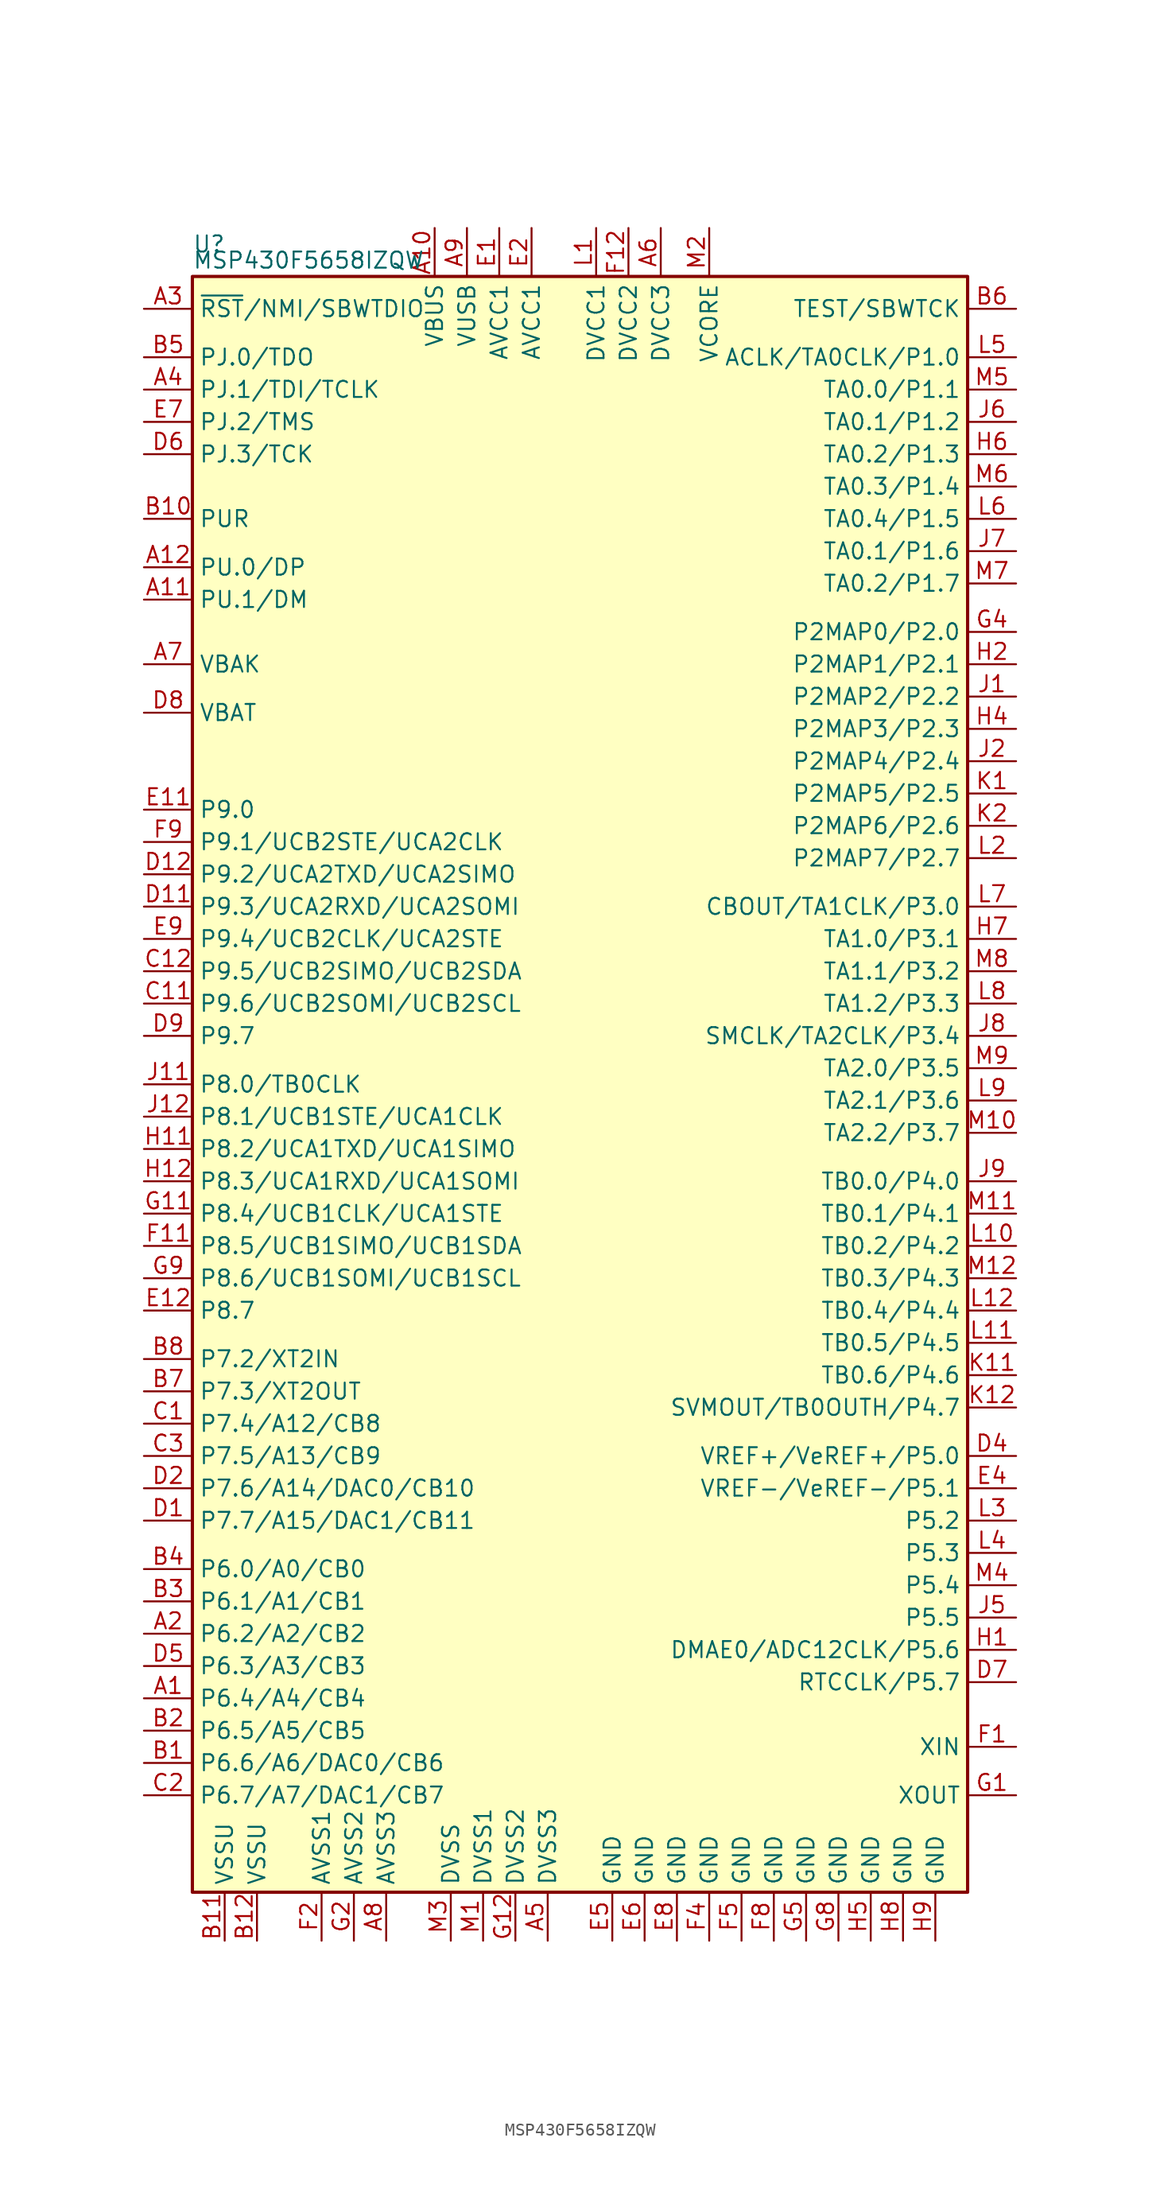
<source format=kicad_sym>
(kicad_symbol_lib
  (version 20201005)
  (generator kicad_symbol_editor)
  (symbol "MSP430F5658IZQW"
    (property "Reference" "U"
      (at -30.48 66.04 0)
      (effects (font (size 1.27 1.27)) (justify left)))
    (property "Value" "MSP430F5658IZQW"
      (at -30.48 64.77 0)
      (effects (font (size 1.27 1.27)) (justify left)))
    (symbol "MSP430F5658IZQW_0_1"
      (rectangle (start -30.48 63.5) (end 30.48 -63.5) (stroke (width 0.254)) (fill (type background))))
    (symbol "MSP430F5658IZQW_1_1"
      (pin bidirectional line (at -34.29 -48.26 0) (length 3.81) (name "P6.4/A4/CB4" (effects (font (size 1.27 1.27)))) (number "A1" (effects (font (size 1.27 1.27)))))
      (pin passive line (at -11.43 67.31 270) (length 3.81) (name "VBUS" (effects (font (size 1.27 1.27)))) (number "A10" (effects (font (size 1.27 1.27)))))
      (pin bidirectional line (at -34.29 38.1 0) (length 3.81) (name "PU.1/DM" (effects (font (size 1.27 1.27)))) (number "A11" (effects (font (size 1.27 1.27)))))
      (pin bidirectional line (at -34.29 40.64 0) (length 3.81) (name "PU.0/DP" (effects (font (size 1.27 1.27)))) (number "A12" (effects (font (size 1.27 1.27)))))
      (pin bidirectional line (at -34.29 -43.18 0) (length 3.81) (name "P6.2/A2/CB2" (effects (font (size 1.27 1.27)))) (number "A2" (effects (font (size 1.27 1.27)))))
      (pin input line (at -34.29 60.96 0) (length 3.81) (name "~RST~/NMI/SBWTDIO" (effects (font (size 1.27 1.27)))) (number "A3" (effects (font (size 1.27 1.27)))))
      (pin bidirectional line (at -34.29 54.61 0) (length 3.81) (name "PJ.1/TDI/TCLK" (effects (font (size 1.27 1.27)))) (number "A4" (effects (font (size 1.27 1.27)))))
      (pin power_in line (at -2.54 -67.31 90) (length 3.81) (name "DVSS3" (effects (font (size 1.27 1.27)))) (number "A5" (effects (font (size 1.27 1.27)))))
      (pin power_in line (at 6.35 67.31 270) (length 3.81) (name "DVCC3" (effects (font (size 1.27 1.27)))) (number "A6" (effects (font (size 1.27 1.27)))))
      (pin passive line (at -34.29 33.02 0) (length 3.81) (name "VBAK" (effects (font (size 1.27 1.27)))) (number "A7" (effects (font (size 1.27 1.27)))))
      (pin power_in line (at -15.24 -67.31 90) (length 3.81) (name "AVSS3" (effects (font (size 1.27 1.27)))) (number "A8" (effects (font (size 1.27 1.27)))))
      (pin passive line (at -8.89 67.31 270) (length 3.81) (name "VUSB" (effects (font (size 1.27 1.27)))) (number "A9" (effects (font (size 1.27 1.27)))))
      (pin bidirectional line (at -34.29 -53.34 0) (length 3.81) (name "P6.6/A6/DAC0/CB6" (effects (font (size 1.27 1.27)))) (number "B1" (effects (font (size 1.27 1.27)))))
      (pin bidirectional line (at -34.29 44.45 0) (length 3.81) (name "PUR" (effects (font (size 1.27 1.27)))) (number "B10" (effects (font (size 1.27 1.27)))))
      (pin power_in line (at -27.94 -67.31 90) (length 3.81) (name "VSSU" (effects (font (size 1.27 1.27)))) (number "B11" (effects (font (size 1.27 1.27)))))
      (pin power_in line (at -25.4 -67.31 90) (length 3.81) (name "VSSU" (effects (font (size 1.27 1.27)))) (number "B12" (effects (font (size 1.27 1.27)))))
      (pin bidirectional line (at -34.29 -50.8 0) (length 3.81) (name "P6.5/A5/CB5" (effects (font (size 1.27 1.27)))) (number "B2" (effects (font (size 1.27 1.27)))))
      (pin bidirectional line (at -34.29 -40.64 0) (length 3.81) (name "P6.1/A1/CB1" (effects (font (size 1.27 1.27)))) (number "B3" (effects (font (size 1.27 1.27)))))
      (pin bidirectional line (at -34.29 -38.1 0) (length 3.81) (name "P6.0/A0/CB0" (effects (font (size 1.27 1.27)))) (number "B4" (effects (font (size 1.27 1.27)))))
      (pin bidirectional line (at -34.29 57.15 0) (length 3.81) (name "PJ.0/TDO" (effects (font (size 1.27 1.27)))) (number "B5" (effects (font (size 1.27 1.27)))))
      (pin input line (at 34.29 60.96 180) (length 3.81) (name "TEST/SBWTCK" (effects (font (size 1.27 1.27)))) (number "B6" (effects (font (size 1.27 1.27)))))
      (pin bidirectional line (at -34.29 -24.13 0) (length 3.81) (name "P7.3/XT2OUT" (effects (font (size 1.27 1.27)))) (number "B7" (effects (font (size 1.27 1.27)))))
      (pin bidirectional line (at -34.29 -21.59 0) (length 3.81) (name "P7.2/XT2IN" (effects (font (size 1.27 1.27)))) (number "B8" (effects (font (size 1.27 1.27)))))
      (pin bidirectional line (at -34.29 -26.67 0) (length 3.81) (name "P7.4/A12/CB8" (effects (font (size 1.27 1.27)))) (number "C1" (effects (font (size 1.27 1.27)))))
      (pin bidirectional line (at -34.29 6.35 0) (length 3.81) (name "P9.6/UCB2SOMI/UCB2SCL" (effects (font (size 1.27 1.27)))) (number "C11" (effects (font (size 1.27 1.27)))))
      (pin bidirectional line (at -34.29 8.89 0) (length 3.81) (name "P9.5/UCB2SIMO/UCB2SDA" (effects (font (size 1.27 1.27)))) (number "C12" (effects (font (size 1.27 1.27)))))
      (pin bidirectional line (at -34.29 -55.88 0) (length 3.81) (name "P6.7/A7/DAC1/CB7" (effects (font (size 1.27 1.27)))) (number "C2" (effects (font (size 1.27 1.27)))))
      (pin bidirectional line (at -34.29 -29.21 0) (length 3.81) (name "P7.5/A13/CB9" (effects (font (size 1.27 1.27)))) (number "C3" (effects (font (size 1.27 1.27)))))
      (pin bidirectional line (at -34.29 -34.29 0) (length 3.81) (name "P7.7/A15/DAC1/CB11" (effects (font (size 1.27 1.27)))) (number "D1" (effects (font (size 1.27 1.27)))))
      (pin bidirectional line (at -34.29 13.97 0) (length 3.81) (name "P9.3/UCA2RXD/UCA2SOMI" (effects (font (size 1.27 1.27)))) (number "D11" (effects (font (size 1.27 1.27)))))
      (pin bidirectional line (at -34.29 16.51 0) (length 3.81) (name "P9.2/UCA2TXD/UCA2SIMO" (effects (font (size 1.27 1.27)))) (number "D12" (effects (font (size 1.27 1.27)))))
      (pin bidirectional line (at -34.29 -31.75 0) (length 3.81) (name "P7.6/A14/DAC0/CB10" (effects (font (size 1.27 1.27)))) (number "D2" (effects (font (size 1.27 1.27)))))
      (pin bidirectional line (at 34.29 -29.21 180) (length 3.81) (name "VREF+/VeREF+/P5.0" (effects (font (size 1.27 1.27)))) (number "D4" (effects (font (size 1.27 1.27)))))
      (pin bidirectional line (at -34.29 -45.72 0) (length 3.81) (name "P6.3/A3/CB3" (effects (font (size 1.27 1.27)))) (number "D5" (effects (font (size 1.27 1.27)))))
      (pin bidirectional line (at -34.29 49.53 0) (length 3.81) (name "PJ.3/TCK" (effects (font (size 1.27 1.27)))) (number "D6" (effects (font (size 1.27 1.27)))))
      (pin bidirectional line (at 34.29 -46.99 180) (length 3.81) (name "RTCCLK/P5.7" (effects (font (size 1.27 1.27)))) (number "D7" (effects (font (size 1.27 1.27)))))
      (pin passive line (at -34.29 29.21 0) (length 3.81) (name "VBAT" (effects (font (size 1.27 1.27)))) (number "D8" (effects (font (size 1.27 1.27)))))
      (pin bidirectional line (at -34.29 3.81 0) (length 3.81) (name "P9.7" (effects (font (size 1.27 1.27)))) (number "D9" (effects (font (size 1.27 1.27)))))
      (pin power_in line (at -6.35 67.31 270) (length 3.81) (name "AVCC1" (effects (font (size 1.27 1.27)))) (number "E1" (effects (font (size 1.27 1.27)))))
      (pin bidirectional line (at -34.29 21.59 0) (length 3.81) (name "P9.0" (effects (font (size 1.27 1.27)))) (number "E11" (effects (font (size 1.27 1.27)))))
      (pin bidirectional line (at -34.29 -17.78 0) (length 3.81) (name "P8.7" (effects (font (size 1.27 1.27)))) (number "E12" (effects (font (size 1.27 1.27)))))
      (pin power_in line (at -3.81 67.31 270) (length 3.81) (name "AVCC1" (effects (font (size 1.27 1.27)))) (number "E2" (effects (font (size 1.27 1.27)))))
      (pin bidirectional line (at 34.29 -31.75 180) (length 3.81) (name "VREF-/VeREF-/P5.1" (effects (font (size 1.27 1.27)))) (number "E4" (effects (font (size 1.27 1.27)))))
      (pin power_in line (at 2.54 -67.31 90) (length 3.81) (name "GND" (effects (font (size 1.27 1.27)))) (number "E5" (effects (font (size 1.27 1.27)))))
      (pin power_in line (at 5.08 -67.31 90) (length 3.81) (name "GND" (effects (font (size 1.27 1.27)))) (number "E6" (effects (font (size 1.27 1.27)))))
      (pin bidirectional line (at -34.29 52.07 0) (length 3.81) (name "PJ.2/TMS" (effects (font (size 1.27 1.27)))) (number "E7" (effects (font (size 1.27 1.27)))))
      (pin power_in line (at 7.62 -67.31 90) (length 3.81) (name "GND" (effects (font (size 1.27 1.27)))) (number "E8" (effects (font (size 1.27 1.27)))))
      (pin bidirectional line (at -34.29 11.43 0) (length 3.81) (name "P9.4/UCB2CLK/UCA2STE" (effects (font (size 1.27 1.27)))) (number "E9" (effects (font (size 1.27 1.27)))))
      (pin input line (at 34.29 -52.07 180) (length 3.81) (name "XIN" (effects (font (size 1.27 1.27)))) (number "F1" (effects (font (size 1.27 1.27)))))
      (pin bidirectional line (at -34.29 -12.7 0) (length 3.81) (name "P8.5/UCB1SIMO/UCB1SDA" (effects (font (size 1.27 1.27)))) (number "F11" (effects (font (size 1.27 1.27)))))
      (pin power_in line (at 3.81 67.31 270) (length 3.81) (name "DVCC2" (effects (font (size 1.27 1.27)))) (number "F12" (effects (font (size 1.27 1.27)))))
      (pin power_in line (at -20.32 -67.31 90) (length 3.81) (name "AVSS1" (effects (font (size 1.27 1.27)))) (number "F2" (effects (font (size 1.27 1.27)))))
      (pin power_in line (at 10.16 -67.31 90) (length 3.81) (name "GND" (effects (font (size 1.27 1.27)))) (number "F4" (effects (font (size 1.27 1.27)))))
      (pin power_in line (at 12.7 -67.31 90) (length 3.81) (name "GND" (effects (font (size 1.27 1.27)))) (number "F5" (effects (font (size 1.27 1.27)))))
      (pin power_in line (at 15.24 -67.31 90) (length 3.81) (name "GND" (effects (font (size 1.27 1.27)))) (number "F8" (effects (font (size 1.27 1.27)))))
      (pin bidirectional line (at -34.29 19.05 0) (length 3.81) (name "P9.1/UCB2STE/UCA2CLK" (effects (font (size 1.27 1.27)))) (number "F9" (effects (font (size 1.27 1.27)))))
      (pin output line (at 34.29 -55.88 180) (length 3.81) (name "XOUT" (effects (font (size 1.27 1.27)))) (number "G1" (effects (font (size 1.27 1.27)))))
      (pin bidirectional line (at -34.29 -10.16 0) (length 3.81) (name "P8.4/UCB1CLK/UCA1STE" (effects (font (size 1.27 1.27)))) (number "G11" (effects (font (size 1.27 1.27)))))
      (pin power_in line (at -5.08 -67.31 90) (length 3.81) (name "DVSS2" (effects (font (size 1.27 1.27)))) (number "G12" (effects (font (size 1.27 1.27)))))
      (pin power_in line (at -17.78 -67.31 90) (length 3.81) (name "AVSS2" (effects (font (size 1.27 1.27)))) (number "G2" (effects (font (size 1.27 1.27)))))
      (pin bidirectional line (at 34.29 35.56 180) (length 3.81) (name "P2MAP0/P2.0" (effects (font (size 1.27 1.27)))) (number "G4" (effects (font (size 1.27 1.27)))))
      (pin power_in line (at 17.78 -67.31 90) (length 3.81) (name "GND" (effects (font (size 1.27 1.27)))) (number "G5" (effects (font (size 1.27 1.27)))))
      (pin power_in line (at 20.32 -67.31 90) (length 3.81) (name "GND" (effects (font (size 1.27 1.27)))) (number "G8" (effects (font (size 1.27 1.27)))))
      (pin bidirectional line (at -34.29 -15.24 0) (length 3.81) (name "P8.6/UCB1SOMI/UCB1SCL" (effects (font (size 1.27 1.27)))) (number "G9" (effects (font (size 1.27 1.27)))))
      (pin bidirectional line (at 34.29 -44.45 180) (length 3.81) (name "DMAE0/ADC12CLK/P5.6" (effects (font (size 1.27 1.27)))) (number "H1" (effects (font (size 1.27 1.27)))))
      (pin bidirectional line (at -34.29 -5.08 0) (length 3.81) (name "P8.2/UCA1TXD/UCA1SIMO" (effects (font (size 1.27 1.27)))) (number "H11" (effects (font (size 1.27 1.27)))))
      (pin bidirectional line (at -34.29 -7.62 0) (length 3.81) (name "P8.3/UCA1RXD/UCA1SOMI" (effects (font (size 1.27 1.27)))) (number "H12" (effects (font (size 1.27 1.27)))))
      (pin bidirectional line (at 34.29 33.02 180) (length 3.81) (name "P2MAP1/P2.1" (effects (font (size 1.27 1.27)))) (number "H2" (effects (font (size 1.27 1.27)))))
      (pin bidirectional line (at 34.29 27.94 180) (length 3.81) (name "P2MAP3/P2.3" (effects (font (size 1.27 1.27)))) (number "H4" (effects (font (size 1.27 1.27)))))
      (pin power_in line (at 22.86 -67.31 90) (length 3.81) (name "GND" (effects (font (size 1.27 1.27)))) (number "H5" (effects (font (size 1.27 1.27)))))
      (pin bidirectional line (at 34.29 49.53 180) (length 3.81) (name "TA0.2/P1.3" (effects (font (size 1.27 1.27)))) (number "H6" (effects (font (size 1.27 1.27)))))
      (pin bidirectional line (at 34.29 11.43 180) (length 3.81) (name "TA1.0/P3.1" (effects (font (size 1.27 1.27)))) (number "H7" (effects (font (size 1.27 1.27)))))
      (pin power_in line (at 25.4 -67.31 90) (length 3.81) (name "GND" (effects (font (size 1.27 1.27)))) (number "H8" (effects (font (size 1.27 1.27)))))
      (pin power_in line (at 27.94 -67.31 90) (length 3.81) (name "GND" (effects (font (size 1.27 1.27)))) (number "H9" (effects (font (size 1.27 1.27)))))
      (pin bidirectional line (at 34.29 30.48 180) (length 3.81) (name "P2MAP2/P2.2" (effects (font (size 1.27 1.27)))) (number "J1" (effects (font (size 1.27 1.27)))))
      (pin bidirectional line (at -34.29 0 0) (length 3.81) (name "P8.0/TB0CLK" (effects (font (size 1.27 1.27)))) (number "J11" (effects (font (size 1.27 1.27)))))
      (pin bidirectional line (at -34.29 -2.54 0) (length 3.81) (name "P8.1/UCB1STE/UCA1CLK" (effects (font (size 1.27 1.27)))) (number "J12" (effects (font (size 1.27 1.27)))))
      (pin bidirectional line (at 34.29 25.4 180) (length 3.81) (name "P2MAP4/P2.4" (effects (font (size 1.27 1.27)))) (number "J2" (effects (font (size 1.27 1.27)))))
      (pin bidirectional line (at 34.29 -41.91 180) (length 3.81) (name "P5.5" (effects (font (size 1.27 1.27)))) (number "J5" (effects (font (size 1.27 1.27)))))
      (pin bidirectional line (at 34.29 52.07 180) (length 3.81) (name "TA0.1/P1.2" (effects (font (size 1.27 1.27)))) (number "J6" (effects (font (size 1.27 1.27)))))
      (pin bidirectional line (at 34.29 41.91 180) (length 3.81) (name "TA0.1/P1.6" (effects (font (size 1.27 1.27)))) (number "J7" (effects (font (size 1.27 1.27)))))
      (pin bidirectional line (at 34.29 3.81 180) (length 3.81) (name "SMCLK/TA2CLK/P3.4" (effects (font (size 1.27 1.27)))) (number "J8" (effects (font (size 1.27 1.27)))))
      (pin bidirectional line (at 34.29 -7.62 180) (length 3.81) (name "TB0.0/P4.0" (effects (font (size 1.27 1.27)))) (number "J9" (effects (font (size 1.27 1.27)))))
      (pin bidirectional line (at 34.29 22.86 180) (length 3.81) (name "P2MAP5/P2.5" (effects (font (size 1.27 1.27)))) (number "K1" (effects (font (size 1.27 1.27)))))
      (pin bidirectional line (at 34.29 -22.86 180) (length 3.81) (name "TB0.6/P4.6" (effects (font (size 1.27 1.27)))) (number "K11" (effects (font (size 1.27 1.27)))))
      (pin bidirectional line (at 34.29 -25.4 180) (length 3.81) (name "SVMOUT/TB0OUTH/P4.7" (effects (font (size 1.27 1.27)))) (number "K12" (effects (font (size 1.27 1.27)))))
      (pin bidirectional line (at 34.29 20.32 180) (length 3.81) (name "P2MAP6/P2.6" (effects (font (size 1.27 1.27)))) (number "K2" (effects (font (size 1.27 1.27)))))
      (pin power_in line (at 1.27 67.31 270) (length 3.81) (name "DVCC1" (effects (font (size 1.27 1.27)))) (number "L1" (effects (font (size 1.27 1.27)))))
      (pin bidirectional line (at 34.29 -12.7 180) (length 3.81) (name "TB0.2/P4.2" (effects (font (size 1.27 1.27)))) (number "L10" (effects (font (size 1.27 1.27)))))
      (pin bidirectional line (at 34.29 -20.32 180) (length 3.81) (name "TB0.5/P4.5" (effects (font (size 1.27 1.27)))) (number "L11" (effects (font (size 1.27 1.27)))))
      (pin bidirectional line (at 34.29 -17.78 180) (length 3.81) (name "TB0.4/P4.4" (effects (font (size 1.27 1.27)))) (number "L12" (effects (font (size 1.27 1.27)))))
      (pin bidirectional line (at 34.29 17.78 180) (length 3.81) (name "P2MAP7/P2.7" (effects (font (size 1.27 1.27)))) (number "L2" (effects (font (size 1.27 1.27)))))
      (pin bidirectional line (at 34.29 -34.29 180) (length 3.81) (name "P5.2" (effects (font (size 1.27 1.27)))) (number "L3" (effects (font (size 1.27 1.27)))))
      (pin bidirectional line (at 34.29 -36.83 180) (length 3.81) (name "P5.3" (effects (font (size 1.27 1.27)))) (number "L4" (effects (font (size 1.27 1.27)))))
      (pin bidirectional line (at 34.29 57.15 180) (length 3.81) (name "ACLK/TA0CLK/P1.0" (effects (font (size 1.27 1.27)))) (number "L5" (effects (font (size 1.27 1.27)))))
      (pin bidirectional line (at 34.29 44.45 180) (length 3.81) (name "TA0.4/P1.5" (effects (font (size 1.27 1.27)))) (number "L6" (effects (font (size 1.27 1.27)))))
      (pin bidirectional line (at 34.29 13.97 180) (length 3.81) (name "CBOUT/TA1CLK/P3.0" (effects (font (size 1.27 1.27)))) (number "L7" (effects (font (size 1.27 1.27)))))
      (pin bidirectional line (at 34.29 6.35 180) (length 3.81) (name "TA1.2/P3.3" (effects (font (size 1.27 1.27)))) (number "L8" (effects (font (size 1.27 1.27)))))
      (pin bidirectional line (at 34.29 -1.27 180) (length 3.81) (name "TA2.1/P3.6" (effects (font (size 1.27 1.27)))) (number "L9" (effects (font (size 1.27 1.27)))))
      (pin power_in line (at -7.62 -67.31 90) (length 3.81) (name "DVSS1" (effects (font (size 1.27 1.27)))) (number "M1" (effects (font (size 1.27 1.27)))))
      (pin bidirectional line (at 34.29 -3.81 180) (length 3.81) (name "TA2.2/P3.7" (effects (font (size 1.27 1.27)))) (number "M10" (effects (font (size 1.27 1.27)))))
      (pin bidirectional line (at 34.29 -10.16 180) (length 3.81) (name "TB0.1/P4.1" (effects (font (size 1.27 1.27)))) (number "M11" (effects (font (size 1.27 1.27)))))
      (pin bidirectional line (at 34.29 -15.24 180) (length 3.81) (name "TB0.3/P4.3" (effects (font (size 1.27 1.27)))) (number "M12" (effects (font (size 1.27 1.27)))))
      (pin power_in line (at 10.16 67.31 270) (length 3.81) (name "VCORE" (effects (font (size 1.27 1.27)))) (number "M2" (effects (font (size 1.27 1.27)))))
      (pin power_in line (at -10.16 -67.31 90) (length 3.81) (name "DVSS" (effects (font (size 1.27 1.27)))) (number "M3" (effects (font (size 1.27 1.27)))))
      (pin bidirectional line (at 34.29 -39.37 180) (length 3.81) (name "P5.4" (effects (font (size 1.27 1.27)))) (number "M4" (effects (font (size 1.27 1.27)))))
      (pin bidirectional line (at 34.29 54.61 180) (length 3.81) (name "TA0.0/P1.1" (effects (font (size 1.27 1.27)))) (number "M5" (effects (font (size 1.27 1.27)))))
      (pin bidirectional line (at 34.29 46.99 180) (length 3.81) (name "TA0.3/P1.4" (effects (font (size 1.27 1.27)))) (number "M6" (effects (font (size 1.27 1.27)))))
      (pin bidirectional line (at 34.29 39.37 180) (length 3.81) (name "TA0.2/P1.7" (effects (font (size 1.27 1.27)))) (number "M7" (effects (font (size 1.27 1.27)))))
      (pin bidirectional line (at 34.29 8.89 180) (length 3.81) (name "TA1.1/P3.2" (effects (font (size 1.27 1.27)))) (number "M8" (effects (font (size 1.27 1.27)))))
      (pin bidirectional line (at 34.29 1.27 180) (length 3.81) (name "TA2.0/P3.5" (effects (font (size 1.27 1.27)))) (number "M9" (effects (font (size 1.27 1.27))))))))
</source>
